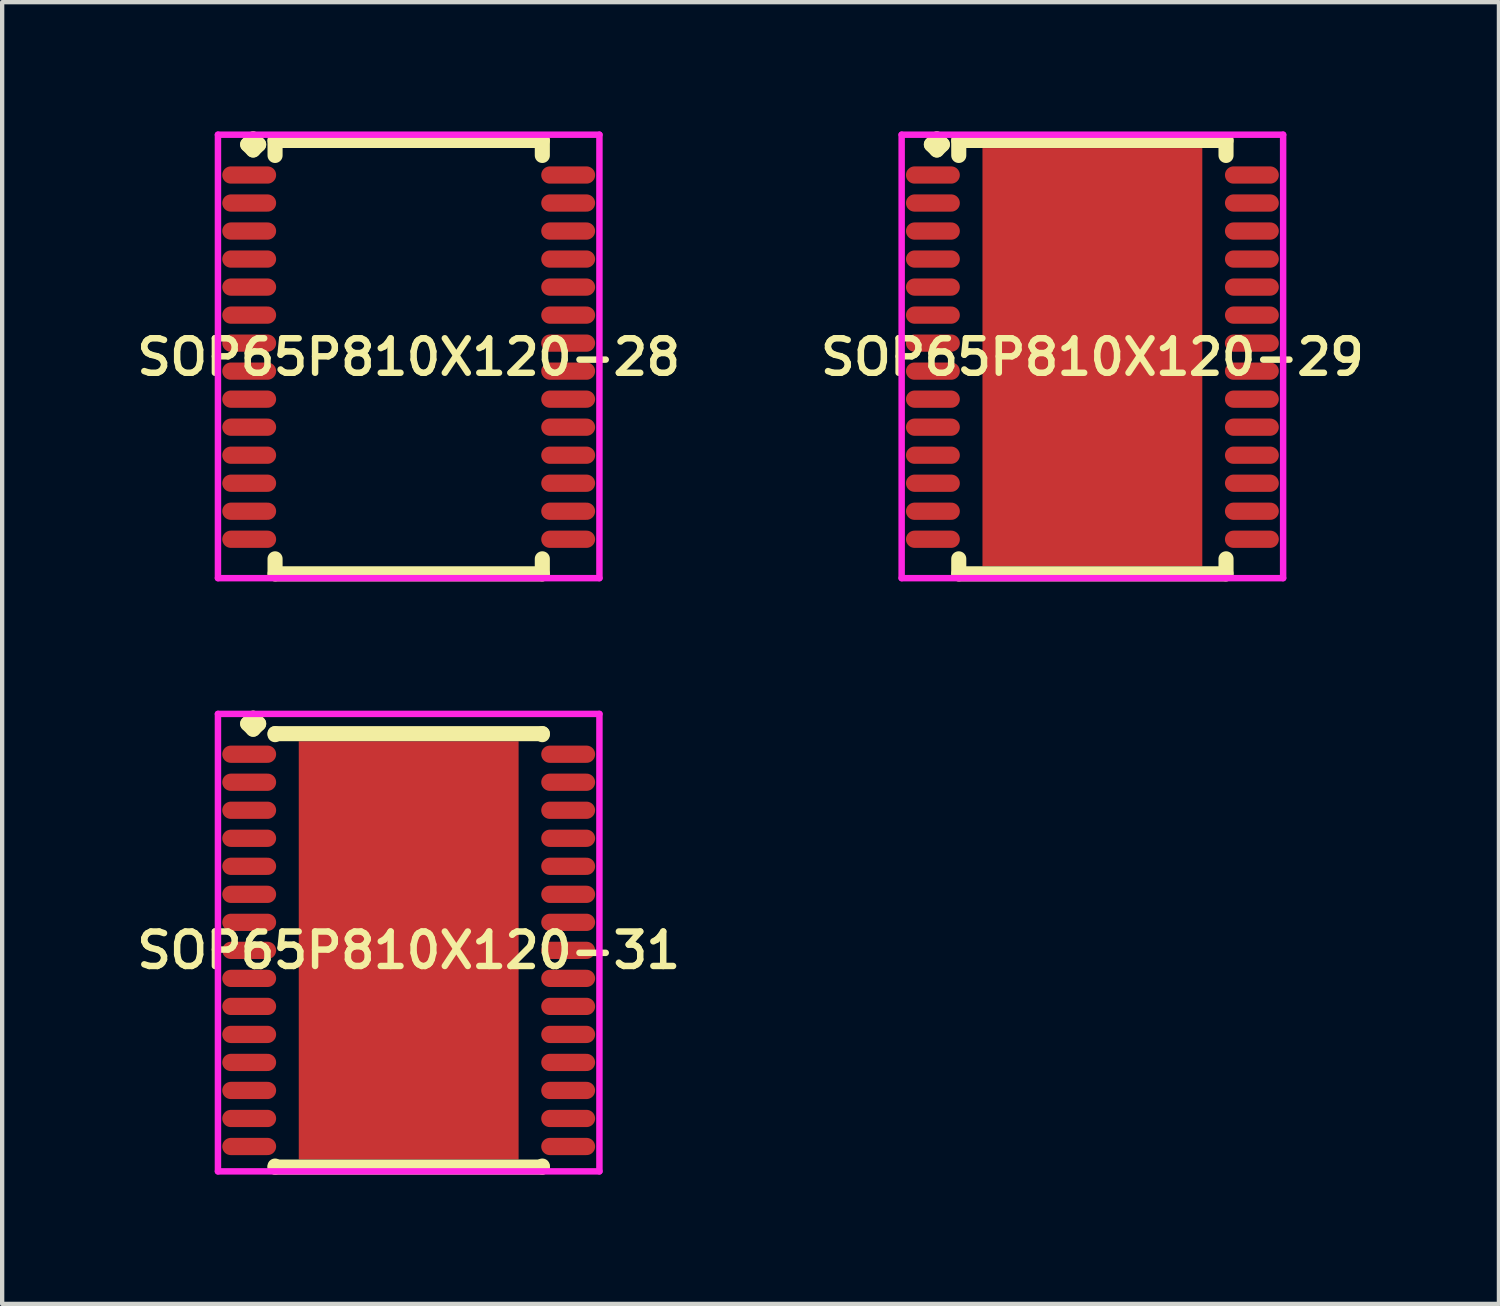
<source format=kicad_pcb>
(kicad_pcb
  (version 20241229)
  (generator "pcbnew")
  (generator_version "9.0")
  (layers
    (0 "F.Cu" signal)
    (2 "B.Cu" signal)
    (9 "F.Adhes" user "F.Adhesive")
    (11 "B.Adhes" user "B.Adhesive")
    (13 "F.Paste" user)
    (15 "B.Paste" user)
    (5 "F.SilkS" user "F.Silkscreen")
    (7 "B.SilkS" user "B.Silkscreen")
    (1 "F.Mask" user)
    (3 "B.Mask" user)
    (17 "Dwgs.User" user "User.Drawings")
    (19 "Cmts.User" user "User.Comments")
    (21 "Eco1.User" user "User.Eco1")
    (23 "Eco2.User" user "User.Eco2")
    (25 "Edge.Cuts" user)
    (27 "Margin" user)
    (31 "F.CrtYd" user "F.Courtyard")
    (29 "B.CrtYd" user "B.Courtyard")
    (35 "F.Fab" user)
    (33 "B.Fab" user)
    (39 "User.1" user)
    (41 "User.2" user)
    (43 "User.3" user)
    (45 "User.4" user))
  (footprint "SOP65P810X120-29"
    (layer "F.Cu")
    (at 22.292 5.235)
    (property "Reference" "SOP65P810X120-29" (at 0 0 0) (layer "F.SilkS") (effects (font (size 0.8 0.8) (thickness 0.15))))
    (attr smd)
    (fp_line (start -3.735 -4.933) (end -3.608 -5.06) (stroke (width 0.35) (type solid)) (layer "F.SilkS"))
    (fp_line (start -3.608 -5.06) (end -3.481 -4.933) (stroke (width 0.35) (type solid)) (layer "F.SilkS"))
    (fp_line (start -3.608 -4.806) (end -3.735 -4.933) (stroke (width 0.35) (type solid)) (layer "F.SilkS"))
    (fp_line (start -3.481 -4.933) (end -3.608 -4.806) (stroke (width 0.35) (type solid)) (layer "F.SilkS"))
    (fp_line (start -3.1 -5.027) (end 3.1 -5.027) (stroke (width 0.35) (type solid)) (layer "F.SilkS"))
    (fp_line (start -3.1 -4.679) (end -3.1 -5.027) (stroke (width 0.35) (type solid)) (layer "F.SilkS"))
    (fp_line (start -3.1 4.679) (end -3.1 5.027) (stroke (width 0.35) (type solid)) (layer "F.SilkS"))
    (fp_line (start -3.1 5.027) (end 3.1 5.027) (stroke (width 0.35) (type solid)) (layer "F.SilkS"))
    (fp_line (start 3.1 -5.027) (end 3.1 -4.679) (stroke (width 0.35) (type solid)) (layer "F.SilkS"))
    (fp_line (start 3.1 5.027) (end 3.1 4.679) (stroke (width 0.35) (type solid)) (layer "F.SilkS"))
    (fp_line (start -4.425 -5.16) (end 4.425 -5.16) (stroke (width 0.15) (type solid)) (layer "F.CrtYd"))
    (fp_line (start -4.425 5.127) (end -4.425 -5.16) (stroke (width 0.15) (type solid)) (layer "F.CrtYd"))
    (fp_line (start 4.425 -5.16) (end 4.425 5.127) (stroke (width 0.15) (type solid)) (layer "F.CrtYd"))
    (fp_line (start 4.425 5.127) (end -4.425 5.127) (stroke (width 0.15) (type solid)) (layer "F.CrtYd"))
    (pad "1" smd oval (at -3.7 -4.225) (size 1.25 0.4) (layers "F.Cu" "F.Mask" "F.Paste"))
    (pad "2" smd oval (at -3.7 -3.575) (size 1.25 0.4) (layers "F.Cu" "F.Mask" "F.Paste"))
    (pad "3" smd oval (at -3.7 -2.925) (size 1.25 0.4) (layers "F.Cu" "F.Mask" "F.Paste"))
    (pad "4" smd oval (at -3.7 -2.275) (size 1.25 0.4) (layers "F.Cu" "F.Mask" "F.Paste"))
    (pad "5" smd oval (at -3.7 -1.625) (size 1.25 0.4) (layers "F.Cu" "F.Mask" "F.Paste"))
    (pad "6" smd oval (at -3.7 -0.975) (size 1.25 0.4) (layers "F.Cu" "F.Mask" "F.Paste"))
    (pad "7" smd oval (at -3.7 -0.325) (size 1.25 0.4) (layers "F.Cu" "F.Mask" "F.Paste"))
    (pad "8" smd oval (at -3.7 0.325) (size 1.25 0.4) (layers "F.Cu" "F.Mask" "F.Paste"))
    (pad "9" smd oval (at -3.7 0.975) (size 1.25 0.4) (layers "F.Cu" "F.Mask" "F.Paste"))
    (pad "10" smd oval (at -3.7 1.625) (size 1.25 0.4) (layers "F.Cu" "F.Mask" "F.Paste"))
    (pad "11" smd oval (at -3.7 2.275) (size 1.25 0.4) (layers "F.Cu" "F.Mask" "F.Paste"))
    (pad "12" smd oval (at -3.7 2.925) (size 1.25 0.4) (layers "F.Cu" "F.Mask" "F.Paste"))
    (pad "13" smd oval (at -3.7 3.575) (size 1.25 0.4) (layers "F.Cu" "F.Mask" "F.Paste"))
    (pad "14" smd oval (at -3.7 4.225) (size 1.25 0.4) (layers "F.Cu" "F.Mask" "F.Paste"))
    (pad "15" smd oval (at 3.7 4.225) (size 1.25 0.4) (layers "F.Cu" "F.Mask" "F.Paste"))
    (pad "16" smd oval (at 3.7 3.575) (size 1.25 0.4) (layers "F.Cu" "F.Mask" "F.Paste"))
    (pad "17" smd oval (at 3.7 2.925) (size 1.25 0.4) (layers "F.Cu" "F.Mask" "F.Paste"))
    (pad "18" smd oval (at 3.7 2.275) (size 1.25 0.4) (layers "F.Cu" "F.Mask" "F.Paste"))
    (pad "19" smd oval (at 3.7 1.625) (size 1.25 0.4) (layers "F.Cu" "F.Mask" "F.Paste"))
    (pad "20" smd oval (at 3.7 0.975) (size 1.25 0.4) (layers "F.Cu" "F.Mask" "F.Paste"))
    (pad "21" smd oval (at 3.7 0.325) (size 1.25 0.4) (layers "F.Cu" "F.Mask" "F.Paste"))
    (pad "22" smd oval (at 3.7 -0.325) (size 1.25 0.4) (layers "F.Cu" "F.Mask" "F.Paste"))
    (pad "23" smd oval (at 3.7 -0.975) (size 1.25 0.4) (layers "F.Cu" "F.Mask" "F.Paste"))
    (pad "24" smd oval (at 3.7 -1.625) (size 1.25 0.4) (layers "F.Cu" "F.Mask" "F.Paste"))
    (pad "25" smd oval (at 3.7 -2.275) (size 1.25 0.4) (layers "F.Cu" "F.Mask" "F.Paste"))
    (pad "26" smd oval (at 3.7 -2.925) (size 1.25 0.4) (layers "F.Cu" "F.Mask" "F.Paste"))
    (pad "27" smd oval (at 3.7 -3.575) (size 1.25 0.4) (layers "F.Cu" "F.Mask" "F.Paste"))
    (pad "28" smd oval (at 3.7 -4.225) (size 1.25 0.4) (layers "F.Cu" "F.Mask" "F.Paste"))
    (pad "29" smd rect (at 0 0) (size 5.1 9.7) (layers "F.Cu" "F.Mask" "F.Paste")))
  (footprint "SOP65P810X120-28"
    (layer "F.Cu")
    (at 6.431 5.235)
    (property "Reference" "SOP65P810X120-28" (at 0 0 0) (layer "F.SilkS") (effects (font (size 0.8 0.8) (thickness 0.15))))
    (attr smd)
    (fp_line (start -3.735 -4.933) (end -3.608 -5.06) (stroke (width 0.35) (type solid)) (layer "F.SilkS"))
    (fp_line (start -3.608 -5.06) (end -3.481 -4.933) (stroke (width 0.35) (type solid)) (layer "F.SilkS"))
    (fp_line (start -3.608 -4.806) (end -3.735 -4.933) (stroke (width 0.35) (type solid)) (layer "F.SilkS"))
    (fp_line (start -3.481 -4.933) (end -3.608 -4.806) (stroke (width 0.35) (type solid)) (layer "F.SilkS"))
    (fp_line (start -3.1 -5.027) (end 3.1 -5.027) (stroke (width 0.35) (type solid)) (layer "F.SilkS"))
    (fp_line (start -3.1 -4.679) (end -3.1 -5.027) (stroke (width 0.35) (type solid)) (layer "F.SilkS"))
    (fp_line (start -3.1 4.679) (end -3.1 5.027) (stroke (width 0.35) (type solid)) (layer "F.SilkS"))
    (fp_line (start -3.1 5.027) (end 3.1 5.027) (stroke (width 0.35) (type solid)) (layer "F.SilkS"))
    (fp_line (start 3.1 -5.027) (end 3.1 -4.679) (stroke (width 0.35) (type solid)) (layer "F.SilkS"))
    (fp_line (start 3.1 5.027) (end 3.1 4.679) (stroke (width 0.35) (type solid)) (layer "F.SilkS"))
    (fp_line (start -4.425 -5.16) (end 4.425 -5.16) (stroke (width 0.15) (type solid)) (layer "F.CrtYd"))
    (fp_line (start -4.425 5.127) (end -4.425 -5.16) (stroke (width 0.15) (type solid)) (layer "F.CrtYd"))
    (fp_line (start 4.425 -5.16) (end 4.425 5.127) (stroke (width 0.15) (type solid)) (layer "F.CrtYd"))
    (fp_line (start 4.425 5.127) (end -4.425 5.127) (stroke (width 0.15) (type solid)) (layer "F.CrtYd"))
    (pad "1" smd oval (at -3.7 -4.225) (size 1.25 0.4) (layers "F.Cu" "F.Mask" "F.Paste"))
    (pad "2" smd oval (at -3.7 -3.575) (size 1.25 0.4) (layers "F.Cu" "F.Mask" "F.Paste"))
    (pad "3" smd oval (at -3.7 -2.925) (size 1.25 0.4) (layers "F.Cu" "F.Mask" "F.Paste"))
    (pad "4" smd oval (at -3.7 -2.275) (size 1.25 0.4) (layers "F.Cu" "F.Mask" "F.Paste"))
    (pad "5" smd oval (at -3.7 -1.625) (size 1.25 0.4) (layers "F.Cu" "F.Mask" "F.Paste"))
    (pad "6" smd oval (at -3.7 -0.975) (size 1.25 0.4) (layers "F.Cu" "F.Mask" "F.Paste"))
    (pad "7" smd oval (at -3.7 -0.325) (size 1.25 0.4) (layers "F.Cu" "F.Mask" "F.Paste"))
    (pad "8" smd oval (at -3.7 0.325) (size 1.25 0.4) (layers "F.Cu" "F.Mask" "F.Paste"))
    (pad "9" smd oval (at -3.7 0.975) (size 1.25 0.4) (layers "F.Cu" "F.Mask" "F.Paste"))
    (pad "10" smd oval (at -3.7 1.625) (size 1.25 0.4) (layers "F.Cu" "F.Mask" "F.Paste"))
    (pad "11" smd oval (at -3.7 2.275) (size 1.25 0.4) (layers "F.Cu" "F.Mask" "F.Paste"))
    (pad "12" smd oval (at -3.7 2.925) (size 1.25 0.4) (layers "F.Cu" "F.Mask" "F.Paste"))
    (pad "13" smd oval (at -3.7 3.575) (size 1.25 0.4) (layers "F.Cu" "F.Mask" "F.Paste"))
    (pad "14" smd oval (at -3.7 4.225) (size 1.25 0.4) (layers "F.Cu" "F.Mask" "F.Paste"))
    (pad "15" smd oval (at 3.7 4.225) (size 1.25 0.4) (layers "F.Cu" "F.Mask" "F.Paste"))
    (pad "16" smd oval (at 3.7 3.575) (size 1.25 0.4) (layers "F.Cu" "F.Mask" "F.Paste"))
    (pad "17" smd oval (at 3.7 2.925) (size 1.25 0.4) (layers "F.Cu" "F.Mask" "F.Paste"))
    (pad "18" smd oval (at 3.7 2.275) (size 1.25 0.4) (layers "F.Cu" "F.Mask" "F.Paste"))
    (pad "19" smd oval (at 3.7 1.625) (size 1.25 0.4) (layers "F.Cu" "F.Mask" "F.Paste"))
    (pad "20" smd oval (at 3.7 0.975) (size 1.25 0.4) (layers "F.Cu" "F.Mask" "F.Paste"))
    (pad "21" smd oval (at 3.7 0.325) (size 1.25 0.4) (layers "F.Cu" "F.Mask" "F.Paste"))
    (pad "22" smd oval (at 3.7 -0.325) (size 1.25 0.4) (layers "F.Cu" "F.Mask" "F.Paste"))
    (pad "23" smd oval (at 3.7 -0.975) (size 1.25 0.4) (layers "F.Cu" "F.Mask" "F.Paste"))
    (pad "24" smd oval (at 3.7 -1.625) (size 1.25 0.4) (layers "F.Cu" "F.Mask" "F.Paste"))
    (pad "25" smd oval (at 3.7 -2.275) (size 1.25 0.4) (layers "F.Cu" "F.Mask" "F.Paste"))
    (pad "26" smd oval (at 3.7 -2.925) (size 1.25 0.4) (layers "F.Cu" "F.Mask" "F.Paste"))
    (pad "27" smd oval (at 3.7 -3.575) (size 1.25 0.4) (layers "F.Cu" "F.Mask" "F.Paste"))
    (pad "28" smd oval (at 3.7 -4.225) (size 1.25 0.4) (layers "F.Cu" "F.Mask" "F.Paste")))
  (footprint "SOP65P810X120-31"
    (layer "F.Cu")
    (at 6.431 18.997)
    (property "Reference" "SOP65P810X120-31" (at 0 0 0) (layer "F.SilkS") (effects (font (size 0.8 0.8) (thickness 0.15))))
    (attr smd)
    (fp_line (start -3.735 -5.258) (end -3.608 -5.385) (stroke (width 0.35) (type solid)) (layer "F.SilkS"))
    (fp_line (start -3.608 -5.385) (end -3.481 -5.258) (stroke (width 0.35) (type solid)) (layer "F.SilkS"))
    (fp_line (start -3.608 -5.131) (end -3.735 -5.258) (stroke (width 0.35) (type solid)) (layer "F.SilkS"))
    (fp_line (start -3.481 -5.258) (end -3.608 -5.131) (stroke (width 0.35) (type solid)) (layer "F.SilkS"))
    (fp_line (start -3.1 -5.027) (end 3.1 -5.027) (stroke (width 0.35) (type solid)) (layer "F.SilkS"))
    (fp_line (start -3.1 -5.004) (end -3.1 -5.027) (stroke (width 0.35) (type solid)) (layer "F.SilkS"))
    (fp_line (start -3.1 5.004) (end -3.1 5.027) (stroke (width 0.35) (type solid)) (layer "F.SilkS"))
    (fp_line (start -3.1 5.027) (end 3.1 5.027) (stroke (width 0.35) (type solid)) (layer "F.SilkS"))
    (fp_line (start 3.1 -5.027) (end 3.1 -5.004) (stroke (width 0.35) (type solid)) (layer "F.SilkS"))
    (fp_line (start 3.1 5.027) (end 3.1 5.004) (stroke (width 0.35) (type solid)) (layer "F.SilkS"))
    (fp_line (start -4.425 -5.485) (end 4.425 -5.485) (stroke (width 0.15) (type solid)) (layer "F.CrtYd"))
    (fp_line (start -4.425 5.127) (end -4.425 -5.485) (stroke (width 0.15) (type solid)) (layer "F.CrtYd"))
    (fp_line (start 4.425 -5.485) (end 4.425 5.127) (stroke (width 0.15) (type solid)) (layer "F.CrtYd"))
    (fp_line (start 4.425 5.127) (end -4.425 5.127) (stroke (width 0.15) (type solid)) (layer "F.CrtYd"))
    (pad "1" smd oval (at -3.7 -4.55) (size 1.25 0.4) (layers "F.Cu" "F.Mask" "F.Paste"))
    (pad "2" smd oval (at -3.7 -3.9) (size 1.25 0.4) (layers "F.Cu" "F.Mask" "F.Paste"))
    (pad "3" smd oval (at -3.7 -3.25) (size 1.25 0.4) (layers "F.Cu" "F.Mask" "F.Paste"))
    (pad "4" smd oval (at -3.7 -2.6) (size 1.25 0.4) (layers "F.Cu" "F.Mask" "F.Paste"))
    (pad "5" smd oval (at -3.7 -1.95) (size 1.25 0.4) (layers "F.Cu" "F.Mask" "F.Paste"))
    (pad "6" smd oval (at -3.7 -1.3) (size 1.25 0.4) (layers "F.Cu" "F.Mask" "F.Paste"))
    (pad "7" smd oval (at -3.7 -0.65) (size 1.25 0.4) (layers "F.Cu" "F.Mask" "F.Paste"))
    (pad "8" smd oval (at -3.7 0) (size 1.25 0.4) (layers "F.Cu" "F.Mask" "F.Paste"))
    (pad "9" smd oval (at -3.7 0.65) (size 1.25 0.4) (layers "F.Cu" "F.Mask" "F.Paste"))
    (pad "10" smd oval (at -3.7 1.3) (size 1.25 0.4) (layers "F.Cu" "F.Mask" "F.Paste"))
    (pad "11" smd oval (at -3.7 1.95) (size 1.25 0.4) (layers "F.Cu" "F.Mask" "F.Paste"))
    (pad "12" smd oval (at -3.7 2.6) (size 1.25 0.4) (layers "F.Cu" "F.Mask" "F.Paste"))
    (pad "13" smd oval (at -3.7 3.25) (size 1.25 0.4) (layers "F.Cu" "F.Mask" "F.Paste"))
    (pad "14" smd oval (at -3.7 3.9) (size 1.25 0.4) (layers "F.Cu" "F.Mask" "F.Paste"))
    (pad "15" smd oval (at -3.7 4.55) (size 1.25 0.4) (layers "F.Cu" "F.Mask" "F.Paste"))
    (pad "16" smd oval (at 3.7 4.55) (size 1.25 0.4) (layers "F.Cu" "F.Mask" "F.Paste"))
    (pad "17" smd oval (at 3.7 3.9) (size 1.25 0.4) (layers "F.Cu" "F.Mask" "F.Paste"))
    (pad "18" smd oval (at 3.7 3.25) (size 1.25 0.4) (layers "F.Cu" "F.Mask" "F.Paste"))
    (pad "19" smd oval (at 3.7 2.6) (size 1.25 0.4) (layers "F.Cu" "F.Mask" "F.Paste"))
    (pad "20" smd oval (at 3.7 1.95) (size 1.25 0.4) (layers "F.Cu" "F.Mask" "F.Paste"))
    (pad "21" smd oval (at 3.7 1.3) (size 1.25 0.4) (layers "F.Cu" "F.Mask" "F.Paste"))
    (pad "22" smd oval (at 3.7 0.65) (size 1.25 0.4) (layers "F.Cu" "F.Mask" "F.Paste"))
    (pad "23" smd oval (at 3.7 0) (size 1.25 0.4) (layers "F.Cu" "F.Mask" "F.Paste"))
    (pad "24" smd oval (at 3.7 -0.65) (size 1.25 0.4) (layers "F.Cu" "F.Mask" "F.Paste"))
    (pad "25" smd oval (at 3.7 -1.3) (size 1.25 0.4) (layers "F.Cu" "F.Mask" "F.Paste"))
    (pad "26" smd oval (at 3.7 -1.95) (size 1.25 0.4) (layers "F.Cu" "F.Mask" "F.Paste"))
    (pad "27" smd oval (at 3.7 -2.6) (size 1.25 0.4) (layers "F.Cu" "F.Mask" "F.Paste"))
    (pad "28" smd oval (at 3.7 -3.25) (size 1.25 0.4) (layers "F.Cu" "F.Mask" "F.Paste"))
    (pad "29" smd oval (at 3.7 -3.9) (size 1.25 0.4) (layers "F.Cu" "F.Mask" "F.Paste"))
    (pad "30" smd oval (at 3.7 -4.55) (size 1.25 0.4) (layers "F.Cu" "F.Mask" "F.Paste"))
    (pad "31" smd rect (at 0 0) (size 5.1 9.7) (layers "F.Cu" "F.Mask" "F.Paste")))
  (gr_rect
    (start -3 -3)
    (end 31.723 27.199)
    (stroke (width 0.1) (type default))
    (fill no)
    (layer "Edge.Cuts")))
</source>
